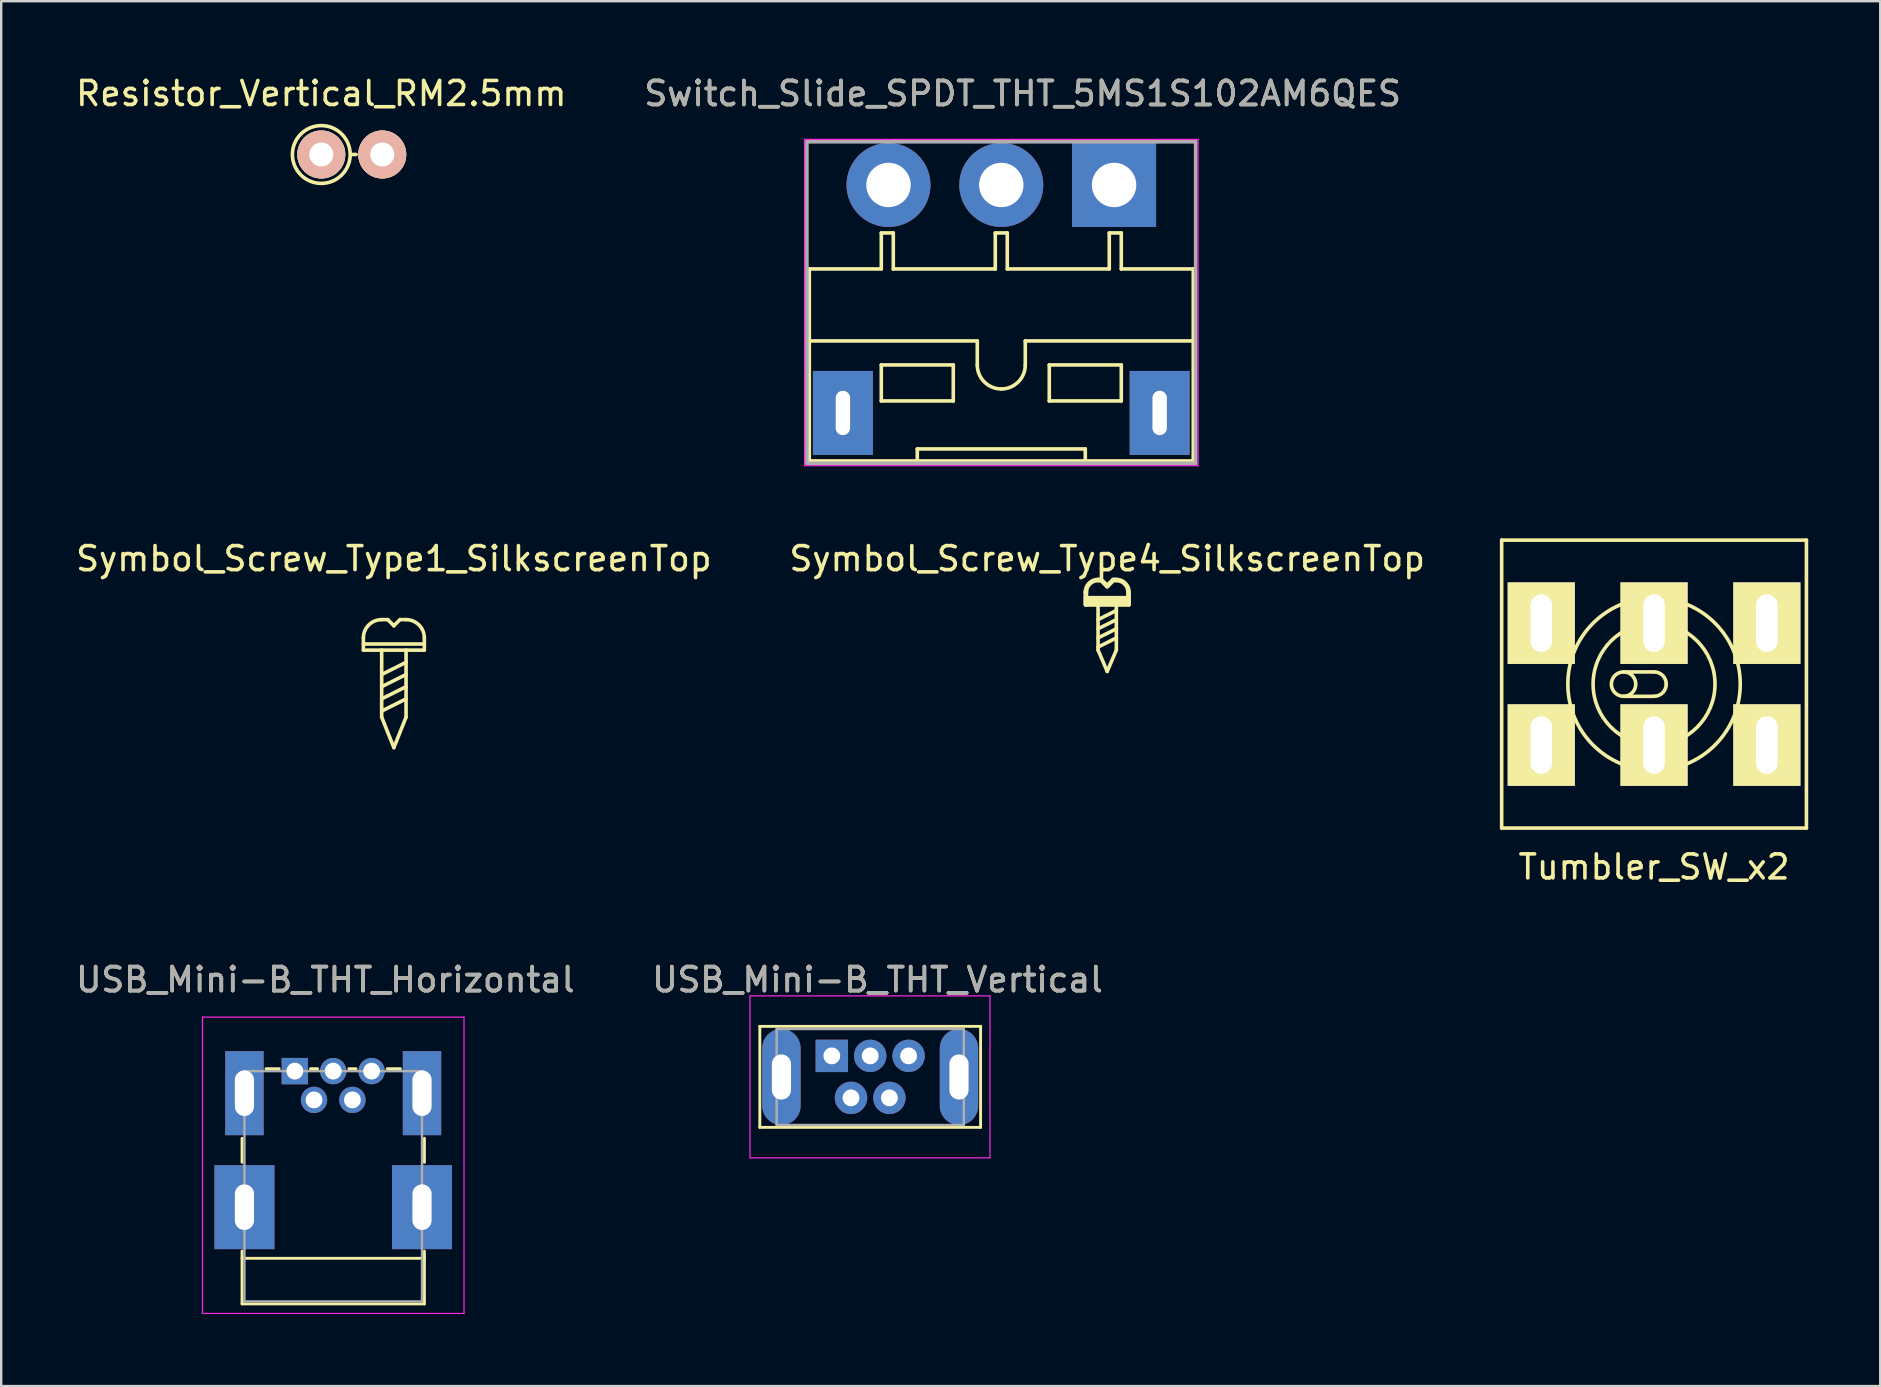
<source format=kicad_pcb>
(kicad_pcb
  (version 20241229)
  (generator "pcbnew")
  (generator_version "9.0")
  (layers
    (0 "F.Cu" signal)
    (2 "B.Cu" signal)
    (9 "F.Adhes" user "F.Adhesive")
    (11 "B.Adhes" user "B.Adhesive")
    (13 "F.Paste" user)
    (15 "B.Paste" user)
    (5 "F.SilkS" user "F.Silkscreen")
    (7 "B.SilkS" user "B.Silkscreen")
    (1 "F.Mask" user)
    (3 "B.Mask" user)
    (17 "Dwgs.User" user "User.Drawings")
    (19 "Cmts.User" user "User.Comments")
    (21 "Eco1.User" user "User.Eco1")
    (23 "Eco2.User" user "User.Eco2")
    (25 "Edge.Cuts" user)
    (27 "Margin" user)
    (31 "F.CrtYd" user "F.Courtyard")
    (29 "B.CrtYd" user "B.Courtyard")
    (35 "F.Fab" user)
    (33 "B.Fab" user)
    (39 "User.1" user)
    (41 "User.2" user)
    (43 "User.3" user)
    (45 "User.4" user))
  (footprint "USB_Mini-B_THT_Vertical"
    (layer "F.Cu")
    (at 31.613 40.95)
    (property "Reference" "USB_Mini-B_THT_Vertical" (at 1.905 -3.175 0) (layer "F.SilkS") (effects (font (size 1 1) (thickness 0.15))))
    (attr through_hole)
    (fp_line (start -3 -1.23) (end -3 2.98) (stroke (width 0.12) (type solid)) (layer "F.SilkS"))
    (fp_line (start -3 -1.23) (end 6.2 -1.23) (stroke (width 0.12) (type solid)) (layer "F.SilkS"))
    (fp_line (start -3 2.98) (end 6.2 2.98) (stroke (width 0.12) (type solid)) (layer "F.SilkS"))
    (fp_line (start 6.2 -1.23) (end 6.2 2.98) (stroke (width 0.12) (type solid)) (layer "F.SilkS"))
    (fp_line (start -3.41 -2.5) (end -3.41 4.25) (stroke (width 0.05) (type solid)) (layer "F.CrtYd"))
    (fp_line (start -3.41 -2.5) (end 6.59 -2.5) (stroke (width 0.05) (type solid)) (layer "F.CrtYd"))
    (fp_line (start -3.41 4.25) (end 6.59 4.25) (stroke (width 0.05) (type solid)) (layer "F.CrtYd"))
    (fp_line (start 6.59 4.25) (end 6.59 -2.5) (stroke (width 0.05) (type solid)) (layer "F.CrtYd"))
    (fp_line (start -2.3 -1.12) (end -2.3 2.88) (stroke (width 0.1) (type solid)) (layer "F.Fab"))
    (fp_line (start -2.3 -1.12) (end 5.5 -1.12) (stroke (width 0.1) (type solid)) (layer "F.Fab"))
    (fp_line (start 5.5 -1.12) (end 5.5 2.88) (stroke (width 0.1) (type solid)) (layer "F.Fab"))
    (fp_line (start 5.5 2.88) (end -2.3 2.88) (stroke (width 0.1) (type solid)) (layer "F.Fab"))
    (fp_text user "${REFERENCE}" (at 1.905 -3.175 0) (layer "F.Fab") (effects (font (size 1 1) (thickness 0.15))))
    (pad "1" thru_hole rect (at 0 0) (size 1.35 1.35) (drill 0.7) (layers "*.Cu" "*.Mask"))
    (pad "2" thru_hole circle (at 0.8 1.75) (size 1.35 1.35) (drill 0.7) (layers "*.Cu" "*.Mask"))
    (pad "3" thru_hole circle (at 1.6 0) (size 1.35 1.35) (drill 0.7) (layers "*.Cu" "*.Mask"))
    (pad "4" thru_hole circle (at 2.4 1.75) (size 1.35 1.35) (drill 0.7) (layers "*.Cu" "*.Mask"))
    (pad "5" thru_hole circle (at 3.2 0) (size 1.35 1.35) (drill 0.7) (layers "*.Cu" "*.Mask"))
    (pad "6" thru_hole oval (at -2.1 0.88) (size 1.6 4) (drill oval 0.8 1.88) (layers "*.Cu" "*.Mask"))
    (pad "6" thru_hole oval (at 5.3 0.88) (size 1.6 4) (drill oval 0.8 1.88) (layers "*.Cu" "*.Mask")))
  (footprint "Resistor_Vertical_RM2.5mm"
    (layer "F.Cu")
    (at 10.339 3.388)
    (property "Reference" "Resistor_Vertical_RM2.5mm" (at 0 -2.54 0) (layer "F.SilkS") (effects (font (size 1 1) (thickness 0.15))))
    (attr through_hole)
    (fp_line (start 1.27 0) (end 1.45 0) (stroke (width 0.15) (type solid)) (layer "F.SilkS"))
    (fp_circle (center 0 0) (end 1.2 -0.1) (stroke (width 0.15) (type solid)) (fill no) (layer "F.SilkS"))
    (pad "1" thru_hole circle (at 0 0) (size 1.999 1.999) (drill 1.001) (layers "*.Cu" "*.SilkS" "*.Mask"))
    (pad "2" thru_hole circle (at 2.54 0) (size 1.999 1.999) (drill 1.001) (layers "*.Cu" "*.SilkS" "*.Mask")))
  (footprint "Switch_Slide_SPDT_THT_5MS1S102AM6QES"
    (layer "F.Cu")
    (at 43.375 4.658)
    (property "Reference" "Switch_Slide_SPDT_THT_5MS1S102AM6QES" (at -3.81 -3.81 0) (layer "F.SilkS") (effects (font (size 1 1) (thickness 0.15))))
    (attr through_hole)
    (fp_line (start -12.7 3.5) (end -12.7 11.5) (stroke (width 0.15) (type solid)) (layer "F.SilkS"))
    (fp_line (start -9.7 2) (end -9.7 3.5) (stroke (width 0.15) (type solid)) (layer "F.SilkS"))
    (fp_line (start -9.7 2) (end -9.2 2) (stroke (width 0.15) (type solid)) (layer "F.SilkS"))
    (fp_line (start -9.7 3.5) (end -12.7 3.5) (stroke (width 0.15) (type solid)) (layer "F.SilkS"))
    (fp_line (start -9.7 7.5) (end -6.7 7.5) (stroke (width 0.15) (type solid)) (layer "F.SilkS"))
    (fp_line (start -9.7 9) (end -9.7 7.5) (stroke (width 0.15) (type solid)) (layer "F.SilkS"))
    (fp_line (start -9.2 2) (end -9.2 3.5) (stroke (width 0.15) (type solid)) (layer "F.SilkS"))
    (fp_line (start -8.2 11) (end -8.2 11.5) (stroke (width 0.15) (type solid)) (layer "F.SilkS"))
    (fp_line (start -6.7 7.5) (end -6.7 9) (stroke (width 0.15) (type solid)) (layer "F.SilkS"))
    (fp_line (start -6.7 9) (end -9.7 9) (stroke (width 0.15) (type solid)) (layer "F.SilkS"))
    (fp_line (start -5.7 6.5) (end -12.7 6.5) (stroke (width 0.15) (type solid)) (layer "F.SilkS"))
    (fp_line (start -5.7 6.5) (end -5.7 7.5) (stroke (width 0.15) (type solid)) (layer "F.SilkS"))
    (fp_line (start -4.95 2) (end -4.45 2) (stroke (width 0.15) (type solid)) (layer "F.SilkS"))
    (fp_line (start -4.95 3.5) (end -9.2 3.5) (stroke (width 0.15) (type solid)) (layer "F.SilkS"))
    (fp_line (start -4.95 3.5) (end -4.95 2) (stroke (width 0.15) (type solid)) (layer "F.SilkS"))
    (fp_line (start -4.45 2) (end -4.45 3.5) (stroke (width 0.15) (type solid)) (layer "F.SilkS"))
    (fp_line (start -4.45 3.5) (end -0.2 3.5) (stroke (width 0.15) (type solid)) (layer "F.SilkS"))
    (fp_line (start -3.7 6.5) (end -3.7 7.5) (stroke (width 0.15) (type solid)) (layer "F.SilkS"))
    (fp_line (start -3.7 6.5) (end 3.3 6.5) (stroke (width 0.15) (type solid)) (layer "F.SilkS"))
    (fp_line (start -2.7 7.5) (end 0.3 7.5) (stroke (width 0.15) (type solid)) (layer "F.SilkS"))
    (fp_line (start -2.7 9) (end -2.7 7.5) (stroke (width 0.15) (type solid)) (layer "F.SilkS"))
    (fp_line (start -1.2 11) (end -8.2 11) (stroke (width 0.15) (type solid)) (layer "F.SilkS"))
    (fp_line (start -1.2 11.5) (end -1.2 11) (stroke (width 0.15) (type solid)) (layer "F.SilkS"))
    (fp_line (start -0.2 2) (end 0.3 2) (stroke (width 0.15) (type solid)) (layer "F.SilkS"))
    (fp_line (start -0.2 3.5) (end -0.2 2) (stroke (width 0.15) (type solid)) (layer "F.SilkS"))
    (fp_line (start 0.3 2) (end 0.3 3.5) (stroke (width 0.15) (type solid)) (layer "F.SilkS"))
    (fp_line (start 0.3 3.5) (end 3.3 3.5) (stroke (width 0.15) (type solid)) (layer "F.SilkS"))
    (fp_line (start 0.3 7.5) (end 0.3 9) (stroke (width 0.15) (type solid)) (layer "F.SilkS"))
    (fp_line (start 0.3 9) (end -2.7 9) (stroke (width 0.15) (type solid)) (layer "F.SilkS"))
    (fp_line (start 3.3 3.5) (end 3.3 11.5) (stroke (width 0.15) (type solid)) (layer "F.SilkS"))
    (fp_line (start 3.3 11.5) (end -12.7 11.5) (stroke (width 0.15) (type solid)) (layer "F.SilkS"))
    (fp_arc (start -4.7 8.5) (mid -5.407107 8.207107) (end -5.7 7.5) (stroke (width 0.15) (type solid)) (layer "F.SilkS"))
    (fp_arc (start -3.7 7.5) (mid -3.992893 8.207107) (end -4.7 8.5) (stroke (width 0.15) (type solid)) (layer "F.SilkS"))
    (fp_line (start -12.9 -1.9) (end 3.5 -1.9) (stroke (width 0.05) (type solid)) (layer "F.CrtYd"))
    (fp_line (start -12.9 11.7) (end -12.9 -1.9) (stroke (width 0.05) (type solid)) (layer "F.CrtYd"))
    (fp_line (start 3.5 -1.9) (end 3.5 11.7) (stroke (width 0.05) (type solid)) (layer "F.CrtYd"))
    (fp_line (start 3.5 11.7) (end -12.9 11.7) (stroke (width 0.05) (type solid)) (layer "F.CrtYd"))
    (fp_line (start -12.8 11.6) (end -12.8 -1.8) (stroke (width 0.15) (type solid)) (layer "F.Fab"))
    (fp_line (start -12.8 11.6) (end 3.4 11.6) (stroke (width 0.15) (type solid)) (layer "F.Fab"))
    (fp_line (start 3.4 -1.8) (end -12.8 -1.8) (stroke (width 0.15) (type solid)) (layer "F.Fab"))
    (fp_line (start 3.4 11.6) (end 3.4 -1.8) (stroke (width 0.15) (type solid)) (layer "F.Fab"))
    (fp_text user "${REFERENCE}" (at -3.81 -3.81 0) (layer "F.Fab") (effects (font (size 1 1) (thickness 0.15))))
    (pad "1" thru_hole rect (at 0 0) (size 3.5 3.5) (drill 1.85) (layers "*.Cu" "*.Mask"))
    (pad "2" thru_hole circle (at -4.7 0) (size 3.5 3.5) (drill 1.85) (layers "*.Cu" "*.Mask"))
    (pad "3" thru_hole circle (at -9.4 0) (size 3.5 3.5) (drill 1.85) (layers "*.Cu" "*.Mask"))
    (pad "4" thru_hole rect (at -11.3 9.5) (size 2.5 3.5) (drill oval 0.6 1.85) (layers "*.Cu" "*.Mask"))
    (pad "4" thru_hole rect (at 1.9 9.5) (size 2.5 3.5) (drill oval 0.6 1.85) (layers "*.Cu" "*.Mask")))
  (footprint "USB_Mini-B_THT_Horizontal"
    (layer "F.Cu")
    (at 9.236 41.585)
    (property "Reference" "USB_Mini-B_THT_Horizontal" (at 1.27 -3.81 0) (layer "F.SilkS") (effects (font (size 1 1) (thickness 0.15))))
    (attr through_hole)
    (fp_line (start -2.2 2.8) (end -2.2 3.8) (stroke (width 0.12) (type solid)) (layer "F.SilkS"))
    (fp_line (start -2.2 7.5) (end -2.2 9.7) (stroke (width 0.12) (type solid)) (layer "F.SilkS"))
    (fp_line (start -2.2 7.8) (end 5.4 7.8) (stroke (width 0.12) (type solid)) (layer "F.SilkS"))
    (fp_line (start -2.2 9.7) (end 5.4 9.7) (stroke (width 0.12) (type solid)) (layer "F.SilkS"))
    (fp_line (start -1.2 -0.1) (end -0.65 -0.1) (stroke (width 0.12) (type solid)) (layer "F.SilkS"))
    (fp_line (start 0.65 -0.1) (end 0.95 -0.1) (stroke (width 0.12) (type solid)) (layer "F.SilkS"))
    (fp_line (start 2.25 -0.1) (end 2.55 -0.1) (stroke (width 0.12) (type solid)) (layer "F.SilkS"))
    (fp_line (start 3.85 -0.1) (end 4.4 -0.1) (stroke (width 0.12) (type solid)) (layer "F.SilkS"))
    (fp_line (start 5.4 2.8) (end 5.4 3.8) (stroke (width 0.12) (type solid)) (layer "F.SilkS"))
    (fp_line (start 5.4 9.7) (end 5.4 7.5) (stroke (width 0.12) (type solid)) (layer "F.SilkS"))
    (fp_line (start -3.85 -2.25) (end -3.85 10.1) (stroke (width 0.05) (type solid)) (layer "F.CrtYd"))
    (fp_line (start -3.85 -2.25) (end 7.05 -2.25) (stroke (width 0.05) (type solid)) (layer "F.CrtYd"))
    (fp_line (start 7.05 10.1) (end -3.85 10.1) (stroke (width 0.05) (type solid)) (layer "F.CrtYd"))
    (fp_line (start 7.05 10.1) (end 7.05 -2.25) (stroke (width 0.05) (type solid)) (layer "F.CrtYd"))
    (fp_line (start -2.1 0) (end 5.3 0) (stroke (width 0.1) (type solid)) (layer "F.Fab"))
    (fp_line (start -2.1 9.6) (end -2.1 0) (stroke (width 0.1) (type solid)) (layer "F.Fab"))
    (fp_line (start 5.3 0) (end 5.3 9.6) (stroke (width 0.1) (type solid)) (layer "F.Fab"))
    (fp_line (start 5.3 9.6) (end -2.1 9.6) (stroke (width 0.1) (type solid)) (layer "F.Fab"))
    (fp_text user "${REFERENCE}" (at 1.27 -3.81 0) (layer "F.Fab") (effects (font (size 1 1) (thickness 0.15))))
    (pad "1" thru_hole rect (at 0 0) (size 1.1 1.1) (drill 0.7) (layers "*.Cu" "*.Mask"))
    (pad "2" thru_hole circle (at 0.8 1.2) (size 1.1 1.1) (drill 0.7) (layers "*.Cu" "*.Mask"))
    (pad "3" thru_hole circle (at 1.6 0) (size 1.1 1.1) (drill 0.7) (layers "*.Cu" "*.Mask"))
    (pad "4" thru_hole circle (at 2.4 1.2) (size 1.1 1.1) (drill 0.7) (layers "*.Cu" "*.Mask"))
    (pad "5" thru_hole circle (at 3.2 0) (size 1.1 1.1) (drill 0.7) (layers "*.Cu" "*.Mask"))
    (pad "6" thru_hole rect (at -2.1 0.92) (size 1.6 3.5) (drill oval 0.8 1.9) (layers "*.Cu" "*.Mask"))
    (pad "6" thru_hole rect (at -2.1 5.67) (size 2.5 3.5) (drill oval 0.8 1.9) (layers "*.Cu" "*.Mask"))
    (pad "6" thru_hole rect (at 5.3 0.92) (size 1.6 3.5) (drill oval 0.8 1.9) (layers "*.Cu" "*.Mask"))
    (pad "6" thru_hole rect (at 5.3 5.67) (size 2.5 3.5) (drill oval 0.8 1.9) (layers "*.Cu" "*.Mask")))
  (footprint "Symbol_Screw_Type1_SilkscreenTop"
    (layer "F.Cu")
    (at 13.363 26.835)
    (property "Reference" "Symbol_Screw_Type1_SilkscreenTop" (at 0 -6.604 0) (layer "F.SilkS") (effects (font (size 1 1) (thickness 0.15))))
    (attr through_hole)
    (fp_line (start -1.27 -3.048) (end 1.27 -3.048) (stroke (width 0.15) (type solid)) (layer "F.SilkS"))
    (fp_line (start -1.27 -2.794) (end -1.27 -3.302) (stroke (width 0.15) (type solid)) (layer "F.SilkS"))
    (fp_line (start -0.508 -4.064) (end -0.254 -4.064) (stroke (width 0.15) (type solid)) (layer "F.SilkS"))
    (fp_line (start -0.508 -1.778) (end 0.508 -2.286) (stroke (width 0.15) (type solid)) (layer "F.SilkS"))
    (fp_line (start -0.508 -1.27) (end 0.508 -1.778) (stroke (width 0.15) (type solid)) (layer "F.SilkS"))
    (fp_line (start -0.508 -0.762) (end 0.508 -1.27) (stroke (width 0.15) (type solid)) (layer "F.SilkS"))
    (fp_line (start -0.508 -0.254) (end 0.508 -0.762) (stroke (width 0.15) (type solid)) (layer "F.SilkS"))
    (fp_line (start -0.508 0) (end -0.508 -2.794) (stroke (width 0.15) (type solid)) (layer "F.SilkS"))
    (fp_line (start -0.254 -4.064) (end 0 -3.81) (stroke (width 0.15) (type solid)) (layer "F.SilkS"))
    (fp_line (start 0 -3.81) (end 0.254 -4.064) (stroke (width 0.15) (type solid)) (layer "F.SilkS"))
    (fp_line (start 0 1.27) (end -0.508 0) (stroke (width 0.15) (type solid)) (layer "F.SilkS"))
    (fp_line (start 0 1.27) (end 0.508 0) (stroke (width 0.15) (type solid)) (layer "F.SilkS"))
    (fp_line (start 0.254 -4.064) (end 0.508 -4.064) (stroke (width 0.15) (type solid)) (layer "F.SilkS"))
    (fp_line (start 0.508 0) (end 0.508 -2.794) (stroke (width 0.15) (type solid)) (layer "F.SilkS"))
    (fp_line (start 1.27 -2.794) (end -1.27 -2.794) (stroke (width 0.15) (type solid)) (layer "F.SilkS"))
    (fp_line (start 1.27 -2.794) (end 1.27 -3.302) (stroke (width 0.15) (type solid)) (layer "F.SilkS"))
    (fp_arc (start -1.27 -3.302) (mid -1.046815 -3.840815) (end -0.508 -4.064) (stroke (width 0.15) (type solid)) (layer "F.SilkS"))
    (fp_arc (start 0.508 -4.064) (mid 1.046815 -3.840815) (end 1.27 -3.302) (stroke (width 0.15) (type solid)) (layer "F.SilkS")))
  (footprint "Tumbler_SW_x2"
    (layer "F.Cu")
    (at 65.877 25.458)
    (property "Reference" "Tumbler_SW_x2" (at 0 7.62 0) (layer "F.SilkS") (effects (font (size 1 1) (thickness 0.15))))
    (attr through_hole)
    (fp_line (start -6.35 -6) (end 6.35 -6) (stroke (width 0.15) (type solid)) (layer "F.SilkS"))
    (fp_line (start -6.35 6) (end -6.35 -6) (stroke (width 0.15) (type solid)) (layer "F.SilkS"))
    (fp_line (start -1.27 -0.508) (end 0 -0.508) (stroke (width 0.15) (type solid)) (layer "F.SilkS"))
    (fp_line (start 0 0.508) (end -1.27 0.508) (stroke (width 0.15) (type solid)) (layer "F.SilkS"))
    (fp_line (start 6.35 -6) (end 6.35 6) (stroke (width 0.15) (type solid)) (layer "F.SilkS"))
    (fp_line (start 6.35 6) (end -6.35 6) (stroke (width 0.15) (type solid)) (layer "F.SilkS"))
    (fp_arc (start 0 -0.508) (mid 0.35921 -0.35921) (end 0.508 0) (stroke (width 0.15) (type solid)) (layer "F.SilkS"))
    (fp_arc (start 0.508 0) (mid 0.35921 0.35921) (end 0 0.508) (stroke (width 0.15) (type solid)) (layer "F.SilkS"))
    (fp_circle (center -1.27 0) (end -1.778 0) (stroke (width 0.15) (type solid)) (fill no) (layer "F.SilkS"))
    (fp_circle (center 0 0) (end 2.54 -2.54) (stroke (width 0.15) (type solid)) (fill no) (layer "F.SilkS"))
    (fp_circle (center 0 0) (end 2.54 0) (stroke (width 0.15) (type solid)) (fill no) (layer "F.SilkS"))
    (pad "1" thru_hole rect (at -4.7 2.54) (size 2.8 3.4) (drill oval 0.9 2.4) (layers "*.Cu" "*.Mask" "F.SilkS"))
    (pad "2" thru_hole rect (at 0 2.54) (size 2.8 3.4) (drill oval 0.9 2.4) (layers "*.Cu" "*.Mask" "F.SilkS"))
    (pad "3" thru_hole rect (at 4.7 2.54) (size 2.8 3.4) (drill oval 0.9 2.4) (layers "*.Cu" "*.Mask" "F.SilkS"))
    (pad "4" thru_hole rect (at -4.7 -2.54) (size 2.8 3.4) (drill oval 0.9 2.4) (layers "*.Cu" "*.Mask" "F.SilkS"))
    (pad "5" thru_hole rect (at 0 -2.54) (size 2.8 3.4) (drill oval 0.9 2.4) (layers "*.Cu" "*.Mask" "F.SilkS"))
    (pad "6" thru_hole rect (at 4.7 -2.54) (size 2.8 3.4) (drill oval 0.9 2.4) (layers "*.Cu" "*.Mask" "F.SilkS")))
  (footprint "Symbol_Screw_Type4_SilkscreenTop"
    (layer "F.Cu")
    (at 43.089 24.041)
    (property "Reference" "Symbol_Screw_Type4_SilkscreenTop" (at 0 -3.81 0) (layer "F.SilkS") (effects (font (size 1 1) (thickness 0.15))))
    (attr through_hole)
    (fp_line (start -0.889 -2.159) (end 0.889 -2.159) (stroke (width 0.2) (type solid)) (layer "F.SilkS"))
    (fp_line (start -0.889 -2.032) (end 0.889 -2.032) (stroke (width 0.2) (type solid)) (layer "F.SilkS"))
    (fp_line (start -0.889 -1.905) (end -0.889 -2.413) (stroke (width 0.2) (type solid)) (layer "F.SilkS"))
    (fp_line (start -0.889 -1.905) (end 0.889 -1.905) (stroke (width 0.2) (type solid)) (layer "F.SilkS"))
    (fp_line (start -0.381 -2.921) (end -0.254 -2.921) (stroke (width 0.2) (type solid)) (layer "F.SilkS"))
    (fp_line (start -0.381 -1.27) (end 0.381 -1.651) (stroke (width 0.15) (type solid)) (layer "F.SilkS"))
    (fp_line (start -0.381 -0.889) (end 0.381 -1.27) (stroke (width 0.15) (type solid)) (layer "F.SilkS"))
    (fp_line (start -0.381 -0.508) (end 0.381 -0.889) (stroke (width 0.15) (type solid)) (layer "F.SilkS"))
    (fp_line (start -0.381 -0.127) (end 0.381 -0.508) (stroke (width 0.15) (type solid)) (layer "F.SilkS"))
    (fp_line (start -0.381 0) (end -0.381 -1.905) (stroke (width 0.15) (type solid)) (layer "F.SilkS"))
    (fp_line (start -0.254 -2.921) (end 0 -2.667) (stroke (width 0.2) (type solid)) (layer "F.SilkS"))
    (fp_line (start 0 -2.667) (end 0.254 -2.921) (stroke (width 0.2) (type solid)) (layer "F.SilkS"))
    (fp_line (start 0 0.889) (end -0.381 0) (stroke (width 0.15) (type solid)) (layer "F.SilkS"))
    (fp_line (start 0 0.889) (end 0.381 0) (stroke (width 0.15) (type solid)) (layer "F.SilkS"))
    (fp_line (start 0.254 -2.921) (end 0.381 -2.921) (stroke (width 0.2) (type solid)) (layer "F.SilkS"))
    (fp_line (start 0.381 0) (end 0.381 -1.905) (stroke (width 0.15) (type solid)) (layer "F.SilkS"))
    (fp_line (start 0.889 -1.905) (end 0.889 -2.413) (stroke (width 0.2) (type solid)) (layer "F.SilkS"))
    (fp_arc (start -0.889 -2.413) (mid -0.74021 -2.77221) (end -0.381 -2.921) (stroke (width 0.2) (type solid)) (layer "F.SilkS"))
    (fp_arc (start 0.381 -2.921) (mid 0.74021 -2.77221) (end 0.889 -2.413) (stroke (width 0.2) (type solid)) (layer "F.SilkS")))
  (gr_rect
    (start -3 -3)
    (end 75.302 54.71)
    (stroke (width 0.1) (type default))
    (fill no)
    (layer "Edge.Cuts")))
</source>
